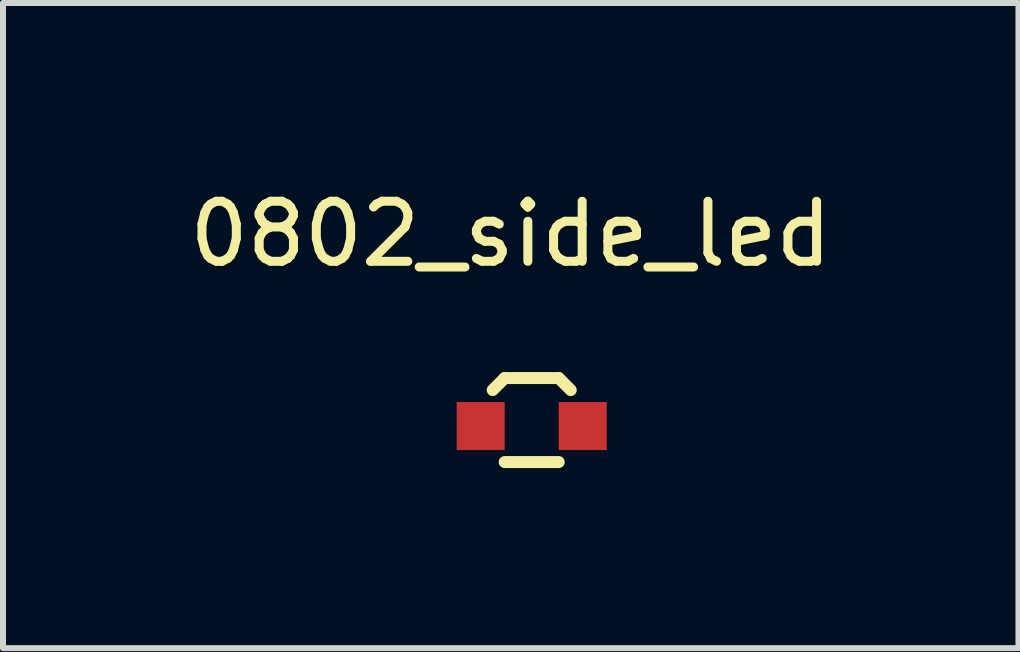
<source format=kicad_pcb>
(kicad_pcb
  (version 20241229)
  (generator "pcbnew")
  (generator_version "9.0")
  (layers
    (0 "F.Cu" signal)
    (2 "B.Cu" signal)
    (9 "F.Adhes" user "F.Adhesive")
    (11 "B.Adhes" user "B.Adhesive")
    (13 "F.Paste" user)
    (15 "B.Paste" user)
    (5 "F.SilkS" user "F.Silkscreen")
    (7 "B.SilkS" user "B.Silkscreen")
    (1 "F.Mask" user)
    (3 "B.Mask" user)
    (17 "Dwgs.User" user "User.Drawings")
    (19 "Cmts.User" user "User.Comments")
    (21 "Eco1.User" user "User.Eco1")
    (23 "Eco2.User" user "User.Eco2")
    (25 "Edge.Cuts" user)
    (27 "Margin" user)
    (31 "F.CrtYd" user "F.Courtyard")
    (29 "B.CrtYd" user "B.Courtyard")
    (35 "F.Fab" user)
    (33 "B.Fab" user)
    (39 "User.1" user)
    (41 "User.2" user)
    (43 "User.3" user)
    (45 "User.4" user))
  (footprint "0802_side_led"
    (layer "F.Cu")
    (at 4.958 4.048)
    (property "Reference" "0802_side_led" (at 0.5 -3.2 0) (layer "F.SilkS") (effects (font (size 1 1) (thickness 0.15))))
    (attr through_hole)
    (fp_line (start 0.4 -0.8) (end 0.2 -0.6) (stroke (width 0.2) (type solid)) (layer "F.SilkS"))
    (fp_line (start 0.4 -0.8) (end 1.3 -0.8) (stroke (width 0.2) (type solid)) (layer "F.SilkS"))
    (fp_line (start 0.4 0.6) (end 1.3 0.6) (stroke (width 0.2) (type solid)) (layer "F.SilkS"))
    (fp_line (start 1.3 -0.8) (end 1.5 -0.6) (stroke (width 0.2) (type solid)) (layer "F.SilkS"))
    (pad "1" smd rect (at 0 0) (size 0.8 0.8) (layers "F.Cu" "F.Mask" "F.Paste"))
    (pad "2" smd rect (at 1.7 0) (size 0.8 0.8) (layers "F.Cu" "F.Mask" "F.Paste")))
  (gr_rect
    (start -3 -3)
    (end 13.917 7.748)
    (stroke (width 0.1) (type default))
    (fill no)
    (layer "Edge.Cuts")))
</source>
